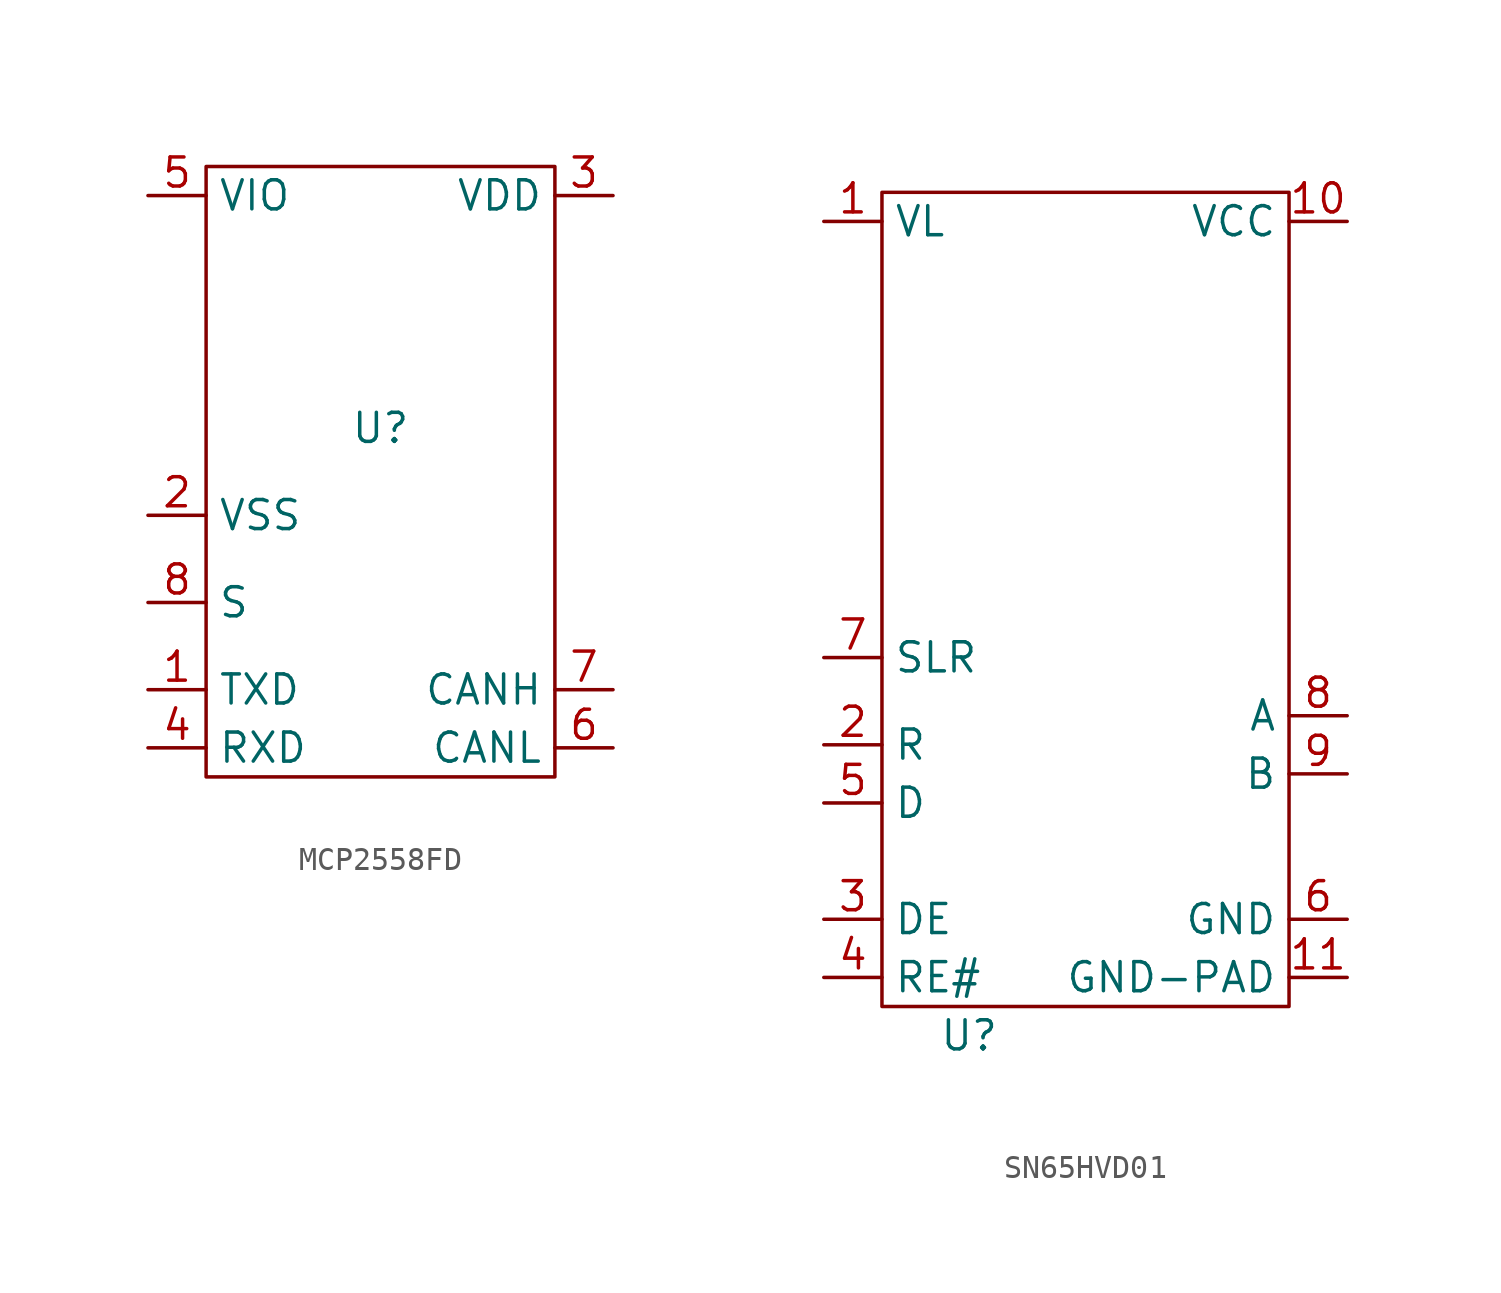
<source format=kicad_sym>
(kicad_symbol_lib
  (version 20220914)
  (generator kicad_symbol_editor)
  (symbol "MCP2558FD"
    (property "Reference" "U"
      (at 0 0 0)
      (effects (font (size 1.27 1.27))))
    (property "Value" ""
      (at 0 0 0)
      (effects (font (size 1.27 1.27))))
    (symbol "MCP2558FD_0_1"
      (rectangle (start -7.62 11.43) (end 7.62 -15.24) (stroke (width 0) (type default)) (fill (type none))))
    (symbol "MCP2558FD_1_1"
      (pin input line (at -10.16 -11.43 0) (length 2.54) (name "TXD" (effects (font (size 1.27 1.27)))) (number "1" (effects (font (size 1.27 1.27)))))
      (pin input line (at -10.16 -3.81 0) (length 2.54) (name "VSS" (effects (font (size 1.27 1.27)))) (number "2" (effects (font (size 1.27 1.27)))))
      (pin input line (at 10.16 10.16 180) (length 2.54) (name "VDD" (effects (font (size 1.27 1.27)))) (number "3" (effects (font (size 1.27 1.27)))))
      (pin input line (at -10.16 -13.97 0) (length 2.54) (name "RXD" (effects (font (size 1.27 1.27)))) (number "4" (effects (font (size 1.27 1.27)))))
      (pin input line (at -10.16 10.16 0) (length 2.54) (name "VIO" (effects (font (size 1.27 1.27)))) (number "5" (effects (font (size 1.27 1.27)))))
      (pin input line (at 10.16 -13.97 180) (length 2.54) (name "CANL" (effects (font (size 1.27 1.27)))) (number "6" (effects (font (size 1.27 1.27)))))
      (pin input line (at 10.16 -11.43 180) (length 2.54) (name "CANH" (effects (font (size 1.27 1.27)))) (number "7" (effects (font (size 1.27 1.27)))))
      (pin input line (at -10.16 -7.62 0) (length 2.54) (name "S" (effects (font (size 1.27 1.27)))) (number "8" (effects (font (size 1.27 1.27)))))))
  (symbol "SN65HVD01"
    (property "Reference" "U"
      (at -5.08 -19.05 0)
      (effects (font (size 1.27 1.27))))
    (property "Value" ""
      (at -3.81 0 0)
      (effects (font (size 1.27 1.27))))
    (symbol "SN65HVD01_0_1"
      (rectangle (start -8.89 17.78) (end 8.89 -17.78) (stroke (width 0) (type default)) (fill (type none))))
    (symbol "SN65HVD01_1_1"
      (pin power_in line (at -11.43 16.51 0) (length 2.54) (name "VL" (effects (font (size 1.27 1.27)))) (number "1" (effects (font (size 1.27 1.27)))))
      (pin power_in line (at 11.43 16.51 180) (length 2.54) (name "VCC" (effects (font (size 1.27 1.27)))) (number "10" (effects (font (size 1.27 1.27)))))
      (pin power_in line (at 11.43 -16.51 180) (length 2.54) (name "GND-PAD" (effects (font (size 1.27 1.27)))) (number "11" (effects (font (size 1.27 1.27)))))
      (pin output line (at -11.43 -6.35 0) (length 2.54) (name "R" (effects (font (size 1.27 1.27)))) (number "2" (effects (font (size 1.27 1.27)))))
      (pin input line (at -11.43 -13.97 0) (length 2.54) (name "DE" (effects (font (size 1.27 1.27)))) (number "3" (effects (font (size 1.27 1.27)))))
      (pin input line (at -11.43 -16.51 0) (length 2.54) (name "RE#" (effects (font (size 1.27 1.27)))) (number "4" (effects (font (size 1.27 1.27)))))
      (pin input line (at -11.43 -8.89 0) (length 2.54) (name "D" (effects (font (size 1.27 1.27)))) (number "5" (effects (font (size 1.27 1.27)))))
      (pin power_in line (at 11.43 -13.97 180) (length 2.54) (name "GND" (effects (font (size 1.27 1.27)))) (number "6" (effects (font (size 1.27 1.27)))))
      (pin input line (at -11.43 -2.54 0) (length 2.54) (name "SLR" (effects (font (size 1.27 1.27)))) (number "7" (effects (font (size 1.27 1.27)))))
      (pin bidirectional line (at 11.43 -5.08 180) (length 2.54) (name "A" (effects (font (size 1.27 1.27)))) (number "8" (effects (font (size 1.27 1.27)))))
      (pin bidirectional line (at 11.43 -7.62 180) (length 2.54) (name "B" (effects (font (size 1.27 1.27)))) (number "9" (effects (font (size 1.27 1.27))))))))
</source>
